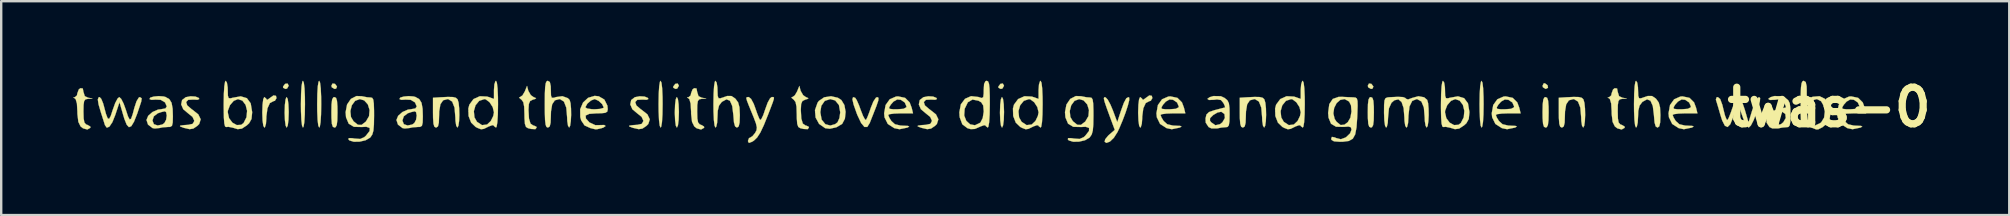
<source format=kicad_pcb>
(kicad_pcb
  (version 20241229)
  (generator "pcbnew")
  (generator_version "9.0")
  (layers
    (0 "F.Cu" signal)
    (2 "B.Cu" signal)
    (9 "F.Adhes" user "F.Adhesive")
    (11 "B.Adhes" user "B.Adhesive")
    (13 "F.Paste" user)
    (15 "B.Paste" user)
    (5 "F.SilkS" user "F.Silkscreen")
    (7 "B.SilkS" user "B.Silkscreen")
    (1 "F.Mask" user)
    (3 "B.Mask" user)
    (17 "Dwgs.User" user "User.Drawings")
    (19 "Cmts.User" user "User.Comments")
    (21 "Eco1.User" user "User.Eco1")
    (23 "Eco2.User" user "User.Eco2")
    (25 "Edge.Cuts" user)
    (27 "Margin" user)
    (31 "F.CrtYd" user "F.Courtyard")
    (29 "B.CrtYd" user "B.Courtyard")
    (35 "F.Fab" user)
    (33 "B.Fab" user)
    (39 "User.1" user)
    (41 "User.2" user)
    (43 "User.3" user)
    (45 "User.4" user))
  (footprint "twas-0"
    (layer "F.Cu")
    (at 73.156 1.418)
    (property "Reference" "twas-0" (at 0 0 0) (layer "F.SilkS") (effects (font (size 1.524 1.524) (thickness 0.3))))
    (attr through_hole)
    (fp_poly (pts (xy -64.177 -0.896) (xy -64.246 -0.779) (xy -64.311 -0.762) (xy -64.41 -0.811) (xy -64.412 -0.863) (xy -64.328 -0.974) (xy -64.226 -0.989) (xy -64.177 -0.896)) (stroke (width 0.01) (type solid)) (fill yes) (layer "F.SilkS"))
    (fp_poly (pts (xy -62.248 -0.974) (xy -62.165 -0.863) (xy -62.202 -0.776) (xy -62.265 -0.762) (xy -62.382 -0.83) (xy -62.399 -0.896) (xy -62.35 -0.989) (xy -62.248 -0.974)) (stroke (width 0.01) (type solid)) (fill yes) (layer "F.SilkS"))
    (fp_poly (pts (xy -47.921 -0.896) (xy -47.99 -0.779) (xy -48.055 -0.762) (xy -48.154 -0.811) (xy -48.156 -0.863) (xy -48.072 -0.974) (xy -47.97 -0.989) (xy -47.921 -0.896)) (stroke (width 0.01) (type solid)) (fill yes) (layer "F.SilkS"))
    (fp_poly (pts (xy -34.375 -0.896) (xy -34.443 -0.779) (xy -34.509 -0.762) (xy -34.607 -0.811) (xy -34.609 -0.863) (xy -34.525 -0.974) (xy -34.424 -0.989) (xy -34.375 -0.896)) (stroke (width 0.01) (type solid)) (fill yes) (layer "F.SilkS"))
    (fp_poly (pts (xy -19.068 -0.974) (xy -18.985 -0.863) (xy -19.022 -0.776) (xy -19.085 -0.762) (xy -19.202 -0.83) (xy -19.219 -0.896) (xy -19.17 -0.989) (xy -19.068 -0.974)) (stroke (width 0.01) (type solid)) (fill yes) (layer "F.SilkS"))
    (fp_poly (pts (xy -11.726 -0.912) (xy -11.711 -0.811) (xy -11.804 -0.762) (xy -11.921 -0.83) (xy -11.938 -0.896) (xy -11.889 -0.995) (xy -11.837 -0.997) (xy -11.726 -0.912)) (stroke (width 0.01) (type solid)) (fill yes) (layer "F.SilkS"))
    (fp_poly (pts (xy -64.219 -0.345) (xy -64.19 -0.131) (xy -64.177 0.182) (xy -64.177 0.212) (xy -64.188 0.532) (xy -64.216 0.755) (xy -64.258 0.846) (xy -64.262 0.847) (xy -64.305 0.768) (xy -64.334 0.555) (xy -64.347 0.241) (xy -64.347 0.212) (xy -64.336 -0.108) (xy -64.308 -0.331) (xy -64.266 -0.423) (xy -64.262 -0.423) (xy -64.219 -0.345)) (stroke (width 0.01) (type solid)) (fill yes) (layer "F.SilkS"))
    (fp_poly (pts (xy -63.547 -1.02) (xy -63.519 -0.79) (xy -63.503 -0.432) (xy -63.5 -0.127) (xy -63.507 0.306) (xy -63.527 0.625) (xy -63.558 0.809) (xy -63.585 0.847) (xy -63.622 0.766) (xy -63.65 0.536) (xy -63.666 0.178) (xy -63.669 -0.127) (xy -63.662 -0.56) (xy -63.642 -0.879) (xy -63.611 -1.063) (xy -63.585 -1.101) (xy -63.547 -1.02)) (stroke (width 0.01) (type solid)) (fill yes) (layer "F.SilkS"))
    (fp_poly (pts (xy -62.87 -1.02) (xy -62.842 -0.79) (xy -62.826 -0.432) (xy -62.823 -0.127) (xy -62.83 0.306) (xy -62.85 0.625) (xy -62.881 0.809) (xy -62.907 0.847) (xy -62.945 0.766) (xy -62.973 0.536) (xy -62.989 0.178) (xy -62.992 -0.127) (xy -62.985 -0.56) (xy -62.965 -0.879) (xy -62.934 -1.063) (xy -62.907 -1.101) (xy -62.87 -1.02)) (stroke (width 0.01) (type solid)) (fill yes) (layer "F.SilkS"))
    (fp_poly (pts (xy -62.205 -0.39) (xy -62.166 -0.27) (xy -62.148 -0.032) (xy -62.145 0.212) (xy -62.152 0.547) (xy -62.176 0.743) (xy -62.224 0.832) (xy -62.272 0.847) (xy -62.339 0.813) (xy -62.379 0.693) (xy -62.396 0.455) (xy -62.399 0.212) (xy -62.393 -0.123) (xy -62.369 -0.32) (xy -62.321 -0.409) (xy -62.272 -0.423) (xy -62.205 -0.39)) (stroke (width 0.01) (type solid)) (fill yes) (layer "F.SilkS"))
    (fp_poly (pts (xy -48.646 -1.02) (xy -48.618 -0.79) (xy -48.602 -0.432) (xy -48.599 -0.127) (xy -48.606 0.306) (xy -48.626 0.625) (xy -48.657 0.809) (xy -48.683 0.847) (xy -48.721 0.766) (xy -48.749 0.536) (xy -48.765 0.178) (xy -48.768 -0.127) (xy -48.761 -0.56) (xy -48.741 -0.879) (xy -48.71 -1.063) (xy -48.683 -1.101) (xy -48.646 -1.02)) (stroke (width 0.01) (type solid)) (fill yes) (layer "F.SilkS"))
    (fp_poly (pts (xy -47.963 -0.345) (xy -47.934 -0.131) (xy -47.921 0.182) (xy -47.921 0.212) (xy -47.932 0.532) (xy -47.96 0.755) (xy -48.002 0.846) (xy -48.006 0.847) (xy -48.049 0.768) (xy -48.078 0.555) (xy -48.091 0.241) (xy -48.091 0.212) (xy -48.08 -0.108) (xy -48.052 -0.331) (xy -48.01 -0.423) (xy -48.006 -0.423) (xy -47.963 -0.345)) (stroke (width 0.01) (type solid)) (fill yes) (layer "F.SilkS"))
    (fp_poly (pts (xy -34.417 -0.345) (xy -34.387 -0.131) (xy -34.375 0.182) (xy -34.375 0.212) (xy -34.385 0.532) (xy -34.414 0.755) (xy -34.455 0.846) (xy -34.459 0.847) (xy -34.502 0.768) (xy -34.532 0.555) (xy -34.544 0.241) (xy -34.544 0.212) (xy -34.533 -0.108) (xy -34.505 -0.331) (xy -34.463 -0.423) (xy -34.459 -0.423) (xy -34.417 -0.345)) (stroke (width 0.01) (type solid)) (fill yes) (layer "F.SilkS"))
    (fp_poly (pts (xy -19.025 -0.39) (xy -18.986 -0.27) (xy -18.968 -0.032) (xy -18.965 0.212) (xy -18.972 0.547) (xy -18.996 0.743) (xy -19.044 0.832) (xy -19.092 0.847) (xy -19.159 0.813) (xy -19.199 0.693) (xy -19.216 0.455) (xy -19.219 0.212) (xy -19.213 -0.123) (xy -19.189 -0.32) (xy -19.141 -0.409) (xy -19.092 -0.423) (xy -19.025 -0.39)) (stroke (width 0.01) (type solid)) (fill yes) (layer "F.SilkS"))
    (fp_poly (pts (xy -14.44 -1.02) (xy -14.413 -0.79) (xy -14.397 -0.432) (xy -14.393 -0.127) (xy -14.4 0.306) (xy -14.42 0.625) (xy -14.452 0.809) (xy -14.478 0.847) (xy -14.516 0.766) (xy -14.543 0.536) (xy -14.559 0.178) (xy -14.563 -0.127) (xy -14.556 -0.56) (xy -14.536 -0.879) (xy -14.504 -1.063) (xy -14.478 -1.101) (xy -14.44 -1.02)) (stroke (width 0.01) (type solid)) (fill yes) (layer "F.SilkS"))
    (fp_poly (pts (xy -11.744 -0.39) (xy -11.705 -0.27) (xy -11.687 -0.032) (xy -11.684 0.212) (xy -11.691 0.547) (xy -11.715 0.743) (xy -11.762 0.832) (xy -11.811 0.847) (xy -11.878 0.813) (xy -11.917 0.693) (xy -11.935 0.455) (xy -11.938 0.212) (xy -11.931 -0.123) (xy -11.907 -0.32) (xy -11.86 -0.409) (xy -11.811 -0.423) (xy -11.744 -0.39)) (stroke (width 0.01) (type solid)) (fill yes) (layer "F.SilkS"))
    (fp_poly (pts (xy -64.709 -0.476) (xy -64.685 -0.381) (xy -64.752 -0.269) (xy -64.809 -0.254) (xy -64.961 -0.175) (xy -65.063 0.046) (xy -65.108 0.388) (xy -65.109 0.46) (xy -65.125 0.689) (xy -65.167 0.828) (xy -65.193 0.847) (xy -65.236 0.768) (xy -65.266 0.555) (xy -65.278 0.241) (xy -65.278 0.212) (xy -65.267 -0.108) (xy -65.239 -0.331) (xy -65.197 -0.423) (xy -65.193 -0.423) (xy -65.112 -0.358) (xy -65.109 -0.333) (xy -65.061 -0.311) (xy -64.976 -0.375) (xy -64.812 -0.493) (xy -64.709 -0.476)) (stroke (width 0.01) (type solid)) (fill yes) (layer "F.SilkS"))
    (fp_poly (pts (xy -28.218 -0.476) (xy -28.194 -0.381) (xy -28.26 -0.269) (xy -28.318 -0.254) (xy -28.47 -0.175) (xy -28.572 0.046) (xy -28.616 0.388) (xy -28.617 0.46) (xy -28.634 0.689) (xy -28.676 0.828) (xy -28.702 0.847) (xy -28.745 0.768) (xy -28.774 0.555) (xy -28.787 0.241) (xy -28.787 0.212) (xy -28.776 -0.108) (xy -28.748 -0.331) (xy -28.706 -0.423) (xy -28.702 -0.423) (xy -28.621 -0.358) (xy -28.617 -0.333) (xy -28.57 -0.311) (xy -28.484 -0.375) (xy -28.321 -0.493) (xy -28.218 -0.476)) (stroke (width 0.01) (type solid)) (fill yes) (layer "F.SilkS"))
    (fp_poly (pts (xy -39.604 -0.392) (xy -39.613 -0.278) (xy -39.691 -0.05) (xy -39.719 0.021) (xy -39.831 0.306) (xy -39.929 0.553) (xy -39.969 0.656) (xy -40.072 0.821) (xy -40.191 0.822) (xy -40.328 0.658) (xy -40.484 0.328) (xy -40.515 0.249) (xy -40.642 -0.112) (xy -40.692 -0.332) (xy -40.664 -0.42) (xy -40.576 -0.394) (xy -40.51 -0.294) (xy -40.417 -0.083) (xy -40.342 0.122) (xy -40.248 0.361) (xy -40.168 0.506) (xy -40.125 0.529) (xy -40.069 0.418) (xy -39.985 0.201) (xy -39.924 0.021) (xy -39.82 -0.237) (xy -39.715 -0.394) (xy -39.661 -0.423) (xy -39.604 -0.392)) (stroke (width 0.01) (type solid)) (fill yes) (layer "F.SilkS"))
    (fp_poly (pts (xy -29.158 -0.399) (xy -29.158 -0.297) (xy -29.213 -0.079) (xy -29.308 0.215) (xy -29.432 0.544) (xy -29.569 0.869) (xy -29.647 1.034) (xy -29.798 1.272) (xy -29.963 1.431) (xy -30.107 1.486) (xy -30.183 1.44) (xy -30.16 1.335) (xy -30.037 1.185) (xy -29.998 1.149) (xy -29.76 0.943) (xy -29.959 0.408) (xy -30.097 0.03) (xy -30.181 -0.216) (xy -30.215 -0.355) (xy -30.205 -0.412) (xy -30.158 -0.414) (xy -30.14 -0.409) (xy -30.053 -0.315) (xy -29.94 -0.108) (xy -29.842 0.125) (xy -29.657 0.622) (xy -29.508 0.163) (xy -29.382 -0.184) (xy -29.279 -0.375) (xy -29.191 -0.421) (xy -29.158 -0.399)) (stroke (width 0.01) (type solid)) (fill yes) (layer "F.SilkS"))
    (fp_poly (pts (xy -72.757 -0.782) (xy -72.729 -0.638) (xy -72.673 -0.462) (xy -72.538 -0.398) (xy -72.348 -0.362) (xy -72.538 -0.35) (xy -72.644 -0.329) (xy -72.701 -0.256) (xy -72.724 -0.091) (xy -72.729 0.177) (xy -72.721 0.469) (xy -72.69 0.634) (xy -72.623 0.713) (xy -72.56 0.737) (xy -72.445 0.802) (xy -72.438 0.856) (xy -72.567 0.928) (xy -72.746 0.879) (xy -72.85 0.798) (xy -72.942 0.61) (xy -72.981 0.278) (xy -72.983 0.17) (xy -73.001 -0.153) (xy -73.054 -0.336) (xy -73.088 -0.367) (xy -73.151 -0.406) (xy -73.088 -0.417) (xy -73.001 -0.493) (xy -72.983 -0.584) (xy -72.924 -0.741) (xy -72.856 -0.793) (xy -72.757 -0.782)) (stroke (width 0.01) (type solid)) (fill yes) (layer "F.SilkS"))
    (fp_poly (pts (xy -47.187 -0.782) (xy -47.159 -0.638) (xy -47.104 -0.462) (xy -46.969 -0.398) (xy -46.778 -0.362) (xy -46.969 -0.35) (xy -47.074 -0.329) (xy -47.131 -0.256) (xy -47.155 -0.091) (xy -47.159 0.177) (xy -47.152 0.469) (xy -47.121 0.634) (xy -47.054 0.713) (xy -46.991 0.737) (xy -46.875 0.802) (xy -46.869 0.856) (xy -46.997 0.928) (xy -47.177 0.879) (xy -47.28 0.798) (xy -47.373 0.61) (xy -47.412 0.278) (xy -47.413 0.17) (xy -47.432 -0.153) (xy -47.485 -0.336) (xy -47.519 -0.367) (xy -47.582 -0.406) (xy -47.519 -0.417) (xy -47.431 -0.493) (xy -47.413 -0.584) (xy -47.354 -0.741) (xy -47.286 -0.793) (xy -47.187 -0.782)) (stroke (width 0.01) (type solid)) (fill yes) (layer "F.SilkS"))
    (fp_poly (pts (xy -8.833 -0.782) (xy -8.805 -0.638) (xy -8.75 -0.462) (xy -8.615 -0.398) (xy -8.424 -0.362) (xy -8.615 -0.35) (xy -8.72 -0.329) (xy -8.777 -0.256) (xy -8.801 -0.091) (xy -8.805 0.177) (xy -8.798 0.469) (xy -8.767 0.634) (xy -8.7 0.713) (xy -8.637 0.737) (xy -8.521 0.802) (xy -8.515 0.856) (xy -8.643 0.928) (xy -8.823 0.879) (xy -8.926 0.798) (xy -9.019 0.61) (xy -9.058 0.278) (xy -9.059 0.17) (xy -9.078 -0.153) (xy -9.131 -0.336) (xy -9.165 -0.367) (xy -9.228 -0.406) (xy -9.165 -0.417) (xy -9.077 -0.493) (xy -9.059 -0.584) (xy -9 -0.741) (xy -8.932 -0.793) (xy -8.833 -0.782)) (stroke (width 0.01) (type solid)) (fill yes) (layer "F.SilkS"))
    (fp_poly (pts (xy -54.194 -0.685) (xy -54.091 -0.505) (xy -53.978 -0.424) (xy -53.869 -0.377) (xy -53.915 -0.342) (xy -54.001 -0.318) (xy -54.118 -0.261) (xy -54.173 -0.135) (xy -54.187 0.108) (xy -54.187 0.112) (xy -54.167 0.471) (xy -54.103 0.682) (xy -53.989 0.761) (xy -53.966 0.762) (xy -53.859 0.811) (xy -53.848 0.847) (xy -53.9 0.913) (xy -54.07 0.905) (xy -54.208 0.873) (xy -54.291 0.821) (xy -54.336 0.695) (xy -54.354 0.457) (xy -54.356 0.294) (xy -54.367 -0.024) (xy -54.405 -0.214) (xy -54.481 -0.317) (xy -54.504 -0.332) (xy -54.582 -0.401) (xy -54.544 -0.421) (xy -54.439 -0.493) (xy -54.342 -0.656) (xy -54.248 -0.889) (xy -54.194 -0.685)) (stroke (width 0.01) (type solid)) (fill yes) (layer "F.SilkS"))
    (fp_poly (pts (xy -42.849 -0.685) (xy -42.746 -0.505) (xy -42.632 -0.424) (xy -42.524 -0.377) (xy -42.57 -0.342) (xy -42.655 -0.318) (xy -42.773 -0.261) (xy -42.828 -0.135) (xy -42.841 0.108) (xy -42.841 0.112) (xy -42.821 0.471) (xy -42.757 0.682) (xy -42.644 0.761) (xy -42.621 0.762) (xy -42.514 0.811) (xy -42.503 0.847) (xy -42.554 0.913) (xy -42.725 0.905) (xy -42.862 0.873) (xy -42.946 0.821) (xy -42.991 0.695) (xy -43.009 0.457) (xy -43.011 0.294) (xy -43.021 -0.024) (xy -43.06 -0.214) (xy -43.136 -0.317) (xy -43.159 -0.332) (xy -43.237 -0.401) (xy -43.199 -0.421) (xy -43.093 -0.493) (xy -42.997 -0.656) (xy -42.902 -0.889) (xy -42.849 -0.685)) (stroke (width 0.01) (type solid)) (fill yes) (layer "F.SilkS"))
    (fp_poly (pts (xy -68.065 -0.445) (xy -67.927 -0.39) (xy -67.903 -0.343) (xy -67.975 -0.311) (xy -68.145 -0.319) (xy -68.363 -0.309) (xy -68.451 -0.217) (xy -68.405 -0.076) (xy -68.219 0.084) (xy -68.201 0.094) (xy -67.944 0.297) (xy -67.844 0.503) (xy -67.906 0.698) (xy -67.986 0.778) (xy -68.15 0.889) (xy -68.307 0.914) (xy -68.531 0.862) (xy -68.58 0.847) (xy -68.706 0.797) (xy -68.696 0.765) (xy -68.537 0.744) (xy -68.368 0.733) (xy -68.179 0.692) (xy -68.115 0.58) (xy -68.114 0.557) (xy -68.186 0.402) (xy -68.365 0.257) (xy -68.368 0.255) (xy -68.572 0.083) (xy -68.658 -0.117) (xy -68.62 -0.3) (xy -68.468 -0.418) (xy -68.267 -0.457) (xy -68.065 -0.445)) (stroke (width 0.01) (type solid)) (fill yes) (layer "F.SilkS"))
    (fp_poly (pts (xy -57.333 -0.425) (xy -57.212 -0.394) (xy -57.145 -0.332) (xy -57.14 -0.326) (xy -57.098 -0.183) (xy -57.075 0.05) (xy -57.068 0.321) (xy -57.079 0.578) (xy -57.106 0.771) (xy -57.15 0.847) (xy -57.15 0.847) (xy -57.198 0.77) (xy -57.229 0.575) (xy -57.235 0.418) (xy -57.268 0.017) (xy -57.367 -0.236) (xy -57.53 -0.337) (xy -57.559 -0.339) (xy -57.744 -0.288) (xy -57.857 -0.123) (xy -57.907 0.176) (xy -57.912 0.356) (xy -57.922 0.645) (xy -57.959 0.798) (xy -58.03 0.846) (xy -58.039 0.847) (xy -58.107 0.813) (xy -58.146 0.691) (xy -58.163 0.45) (xy -58.166 0.226) (xy -58.166 -0.395) (xy -57.891 -0.413) (xy -57.547 -0.43) (xy -57.333 -0.425)) (stroke (width 0.01) (type solid)) (fill yes) (layer "F.SilkS"))
    (fp_poly (pts (xy -49.353 -0.445) (xy -49.216 -0.39) (xy -49.191 -0.343) (xy -49.263 -0.311) (xy -49.433 -0.319) (xy -49.652 -0.309) (xy -49.74 -0.217) (xy -49.693 -0.076) (xy -49.508 0.084) (xy -49.49 0.094) (xy -49.232 0.297) (xy -49.133 0.503) (xy -49.195 0.698) (xy -49.275 0.778) (xy -49.439 0.889) (xy -49.595 0.914) (xy -49.82 0.862) (xy -49.869 0.847) (xy -49.994 0.797) (xy -49.984 0.765) (xy -49.826 0.744) (xy -49.657 0.733) (xy -49.467 0.692) (xy -49.404 0.58) (xy -49.403 0.557) (xy -49.474 0.402) (xy -49.653 0.257) (xy -49.657 0.255) (xy -49.861 0.083) (xy -49.947 -0.117) (xy -49.909 -0.3) (xy -49.756 -0.418) (xy -49.555 -0.457) (xy -49.353 -0.445)) (stroke (width 0.01) (type solid)) (fill yes) (layer "F.SilkS"))
    (fp_poly (pts (xy -37.331 -0.445) (xy -37.193 -0.39) (xy -37.169 -0.343) (xy -37.241 -0.311) (xy -37.411 -0.319) (xy -37.629 -0.309) (xy -37.717 -0.217) (xy -37.671 -0.076) (xy -37.485 0.084) (xy -37.467 0.094) (xy -37.21 0.297) (xy -37.11 0.503) (xy -37.172 0.698) (xy -37.252 0.778) (xy -37.416 0.889) (xy -37.573 0.914) (xy -37.797 0.862) (xy -37.846 0.847) (xy -37.972 0.797) (xy -37.962 0.765) (xy -37.803 0.744) (xy -37.634 0.733) (xy -37.445 0.692) (xy -37.381 0.58) (xy -37.38 0.557) (xy -37.452 0.402) (xy -37.631 0.257) (xy -37.634 0.255) (xy -37.838 0.083) (xy -37.924 -0.117) (xy -37.886 -0.3) (xy -37.734 -0.418) (xy -37.533 -0.457) (xy -37.331 -0.445)) (stroke (width 0.01) (type solid)) (fill yes) (layer "F.SilkS"))
    (fp_poly (pts (xy -23.721 -0.425) (xy -23.599 -0.394) (xy -23.532 -0.332) (xy -23.528 -0.326) (xy -23.486 -0.183) (xy -23.462 0.05) (xy -23.456 0.321) (xy -23.466 0.578) (xy -23.494 0.771) (xy -23.537 0.847) (xy -23.537 0.847) (xy -23.585 0.77) (xy -23.616 0.575) (xy -23.622 0.418) (xy -23.656 0.017) (xy -23.755 -0.236) (xy -23.917 -0.337) (xy -23.947 -0.339) (xy -24.132 -0.288) (xy -24.244 -0.123) (xy -24.294 0.176) (xy -24.299 0.356) (xy -24.31 0.645) (xy -24.346 0.798) (xy -24.417 0.846) (xy -24.426 0.847) (xy -24.494 0.813) (xy -24.533 0.691) (xy -24.551 0.45) (xy -24.553 0.226) (xy -24.553 -0.395) (xy -24.278 -0.413) (xy -23.934 -0.43) (xy -23.721 -0.425)) (stroke (width 0.01) (type solid)) (fill yes) (layer "F.SilkS"))
    (fp_poly (pts (xy -10.428 -0.425) (xy -10.306 -0.394) (xy -10.239 -0.332) (xy -10.235 -0.326) (xy -10.193 -0.183) (xy -10.169 0.05) (xy -10.163 0.321) (xy -10.174 0.578) (xy -10.201 0.771) (xy -10.245 0.847) (xy -10.245 0.847) (xy -10.293 0.77) (xy -10.323 0.575) (xy -10.329 0.418) (xy -10.363 0.017) (xy -10.462 -0.236) (xy -10.625 -0.337) (xy -10.654 -0.339) (xy -10.839 -0.288) (xy -10.952 -0.123) (xy -11.002 0.176) (xy -11.007 0.356) (xy -11.017 0.645) (xy -11.054 0.798) (xy -11.125 0.846) (xy -11.134 0.847) (xy -11.201 0.813) (xy -11.241 0.691) (xy -11.258 0.45) (xy -11.261 0.226) (xy -11.261 -0.395) (xy -10.986 -0.413) (xy -10.642 -0.43) (xy -10.428 -0.425)) (stroke (width 0.01) (type solid)) (fill yes) (layer "F.SilkS"))
    (fp_poly (pts (xy -41.296 -0.394) (xy -41.152 -0.3) (xy -41.025 -0.09) (xy -40.975 0.192) (xy -41.004 0.476) (xy -41.115 0.689) (xy -41.127 0.7) (xy -41.361 0.836) (xy -41.634 0.896) (xy -41.825 0.873) (xy -42.08 0.695) (xy -42.226 0.428) (xy -42.244 0.212) (xy -42.029 0.212) (xy -41.973 0.517) (xy -41.818 0.707) (xy -41.614 0.762) (xy -41.411 0.705) (xy -41.311 0.627) (xy -41.232 0.45) (xy -41.199 0.212) (xy -41.199 0.212) (xy -41.254 -0.094) (xy -41.41 -0.283) (xy -41.614 -0.339) (xy -41.844 -0.265) (xy -41.987 -0.059) (xy -42.029 0.212) (xy -42.244 0.212) (xy -42.251 0.118) (xy -42.145 -0.185) (xy -42.09 -0.262) (xy -41.869 -0.414) (xy -41.582 -0.459) (xy -41.296 -0.394)) (stroke (width 0.01) (type solid)) (fill yes) (layer "F.SilkS"))
    (fp_poly (pts (xy -38.497 -0.391) (xy -38.307 -0.202) (xy -38.223 0.021) (xy -38.166 0.254) (xy -38.683 0.254) (xy -38.954 0.264) (xy -39.141 0.289) (xy -39.201 0.32) (xy -39.157 0.432) (xy -39.069 0.574) (xy -38.919 0.709) (xy -38.685 0.763) (xy -38.582 0.768) (xy -38.377 0.778) (xy -38.326 0.805) (xy -38.396 0.847) (xy -38.73 0.916) (xy -38.947 0.871) (xy -39.218 0.696) (xy -39.354 0.421) (xy -39.37 0.25) (xy -39.327 0.01) (xy -39.163 0.01) (xy -39.144 0.066) (xy -39.008 0.083) (xy -38.83 0.085) (xy -38.566 0.066) (xy -38.449 0.006) (xy -38.439 -0.032) (xy -38.511 -0.199) (xy -38.678 -0.311) (xy -38.827 -0.324) (xy -38.979 -0.236) (xy -39.095 -0.106) (xy -39.163 0.01) (xy -39.327 0.01) (xy -39.308 -0.092) (xy -39.137 -0.332) (xy -38.874 -0.446) (xy -38.786 -0.452) (xy -38.497 -0.391)) (stroke (width 0.01) (type solid)) (fill yes) (layer "F.SilkS"))
    (fp_poly (pts (xy -27.151 -0.391) (xy -26.961 -0.202) (xy -26.878 0.021) (xy -26.821 0.254) (xy -27.338 0.254) (xy -27.609 0.264) (xy -27.796 0.289) (xy -27.855 0.32) (xy -27.811 0.432) (xy -27.724 0.574) (xy -27.573 0.709) (xy -27.339 0.763) (xy -27.237 0.768) (xy -27.032 0.778) (xy -26.98 0.805) (xy -27.051 0.847) (xy -27.385 0.916) (xy -27.601 0.871) (xy -27.873 0.696) (xy -28.008 0.421) (xy -28.025 0.25) (xy -27.981 0.01) (xy -27.818 0.01) (xy -27.799 0.066) (xy -27.663 0.083) (xy -27.485 0.085) (xy -27.221 0.066) (xy -27.104 0.006) (xy -27.093 -0.032) (xy -27.166 -0.199) (xy -27.333 -0.311) (xy -27.481 -0.324) (xy -27.633 -0.236) (xy -27.75 -0.106) (xy -27.818 0.01) (xy -27.981 0.01) (xy -27.963 -0.092) (xy -27.791 -0.332) (xy -27.528 -0.446) (xy -27.441 -0.452) (xy -27.151 -0.391)) (stroke (width 0.01) (type solid)) (fill yes) (layer "F.SilkS"))
    (fp_poly (pts (xy -13.181 -0.391) (xy -12.991 -0.202) (xy -12.908 0.021) (xy -12.851 0.254) (xy -13.368 0.254) (xy -13.639 0.264) (xy -13.826 0.289) (xy -13.885 0.32) (xy -13.841 0.432) (xy -13.754 0.574) (xy -13.603 0.709) (xy -13.369 0.763) (xy -13.267 0.768) (xy -13.062 0.778) (xy -13.01 0.805) (xy -13.081 0.847) (xy -13.415 0.916) (xy -13.631 0.871) (xy -13.903 0.696) (xy -14.038 0.421) (xy -14.055 0.25) (xy -14.011 0.01) (xy -13.848 0.01) (xy -13.829 0.066) (xy -13.693 0.083) (xy -13.515 0.085) (xy -13.251 0.066) (xy -13.134 0.006) (xy -13.123 -0.032) (xy -13.196 -0.199) (xy -13.363 -0.311) (xy -13.511 -0.324) (xy -13.663 -0.236) (xy -13.78 -0.106) (xy -13.848 0.01) (xy -14.011 0.01) (xy -13.993 -0.092) (xy -13.821 -0.332) (xy -13.558 -0.446) (xy -13.471 -0.452) (xy -13.181 -0.391)) (stroke (width 0.01) (type solid)) (fill yes) (layer "F.SilkS"))
    (fp_poly (pts (xy -5.815 -0.391) (xy -5.625 -0.202) (xy -5.542 0.021) (xy -5.485 0.254) (xy -6.002 0.254) (xy -6.273 0.264) (xy -6.46 0.289) (xy -6.519 0.32) (xy -6.475 0.432) (xy -6.388 0.574) (xy -6.237 0.709) (xy -6.003 0.763) (xy -5.901 0.768) (xy -5.696 0.778) (xy -5.644 0.805) (xy -5.715 0.847) (xy -6.049 0.916) (xy -6.265 0.871) (xy -6.537 0.696) (xy -6.672 0.421) (xy -6.689 0.25) (xy -6.645 0.01) (xy -6.482 0.01) (xy -6.463 0.066) (xy -6.327 0.083) (xy -6.149 0.085) (xy -5.885 0.066) (xy -5.768 0.006) (xy -5.757 -0.032) (xy -5.83 -0.199) (xy -5.997 -0.311) (xy -6.145 -0.324) (xy -6.297 -0.236) (xy -6.414 -0.106) (xy -6.482 0.01) (xy -6.645 0.01) (xy -6.627 -0.092) (xy -6.455 -0.332) (xy -6.192 -0.446) (xy -6.105 -0.452) (xy -5.815 -0.391)) (stroke (width 0.01) (type solid)) (fill yes) (layer "F.SilkS"))
    (fp_poly (pts (xy 1.212 -0.391) (xy 1.402 -0.202) (xy 1.485 0.021) (xy 1.542 0.254) (xy 1.025 0.254) (xy 0.755 0.264) (xy 0.567 0.289) (xy 0.508 0.32) (xy 0.552 0.432) (xy 0.64 0.574) (xy 0.79 0.709) (xy 1.024 0.763) (xy 1.127 0.768) (xy 1.332 0.778) (xy 1.383 0.805) (xy 1.312 0.847) (xy 0.978 0.916) (xy 0.762 0.871) (xy 0.49 0.696) (xy 0.355 0.421) (xy 0.339 0.25) (xy 0.382 0.01) (xy 0.545 0.01) (xy 0.564 0.066) (xy 0.701 0.083) (xy 0.879 0.085) (xy 1.142 0.066) (xy 1.26 0.006) (xy 1.27 -0.032) (xy 1.198 -0.199) (xy 1.03 -0.311) (xy 0.882 -0.324) (xy 0.73 -0.236) (xy 0.614 -0.106) (xy 0.545 0.01) (xy 0.382 0.01) (xy 0.4 -0.092) (xy 0.572 -0.332) (xy 0.835 -0.446) (xy 0.922 -0.452) (xy 1.212 -0.391)) (stroke (width 0.01) (type solid)) (fill yes) (layer "F.SilkS"))
    (fp_poly (pts (xy -53.298 -1.051) (xy -53.26 -0.88) (xy -53.255 -0.722) (xy -53.25 -0.491) (xy -53.216 -0.393) (xy -53.129 -0.393) (xy -53.044 -0.423) (xy -52.775 -0.461) (xy -52.548 -0.379) (xy -52.473 -0.303) (xy -52.435 -0.169) (xy -52.415 0.057) (xy -52.411 0.325) (xy -52.424 0.58) (xy -52.452 0.772) (xy -52.493 0.847) (xy -52.541 0.77) (xy -52.572 0.575) (xy -52.578 0.418) (xy -52.612 0.017) (xy -52.711 -0.236) (xy -52.873 -0.337) (xy -52.903 -0.339) (xy -53.088 -0.288) (xy -53.2 -0.123) (xy -53.25 0.176) (xy -53.255 0.356) (xy -53.266 0.645) (xy -53.302 0.798) (xy -53.373 0.846) (xy -53.382 0.847) (xy -53.438 0.821) (xy -53.475 0.725) (xy -53.497 0.533) (xy -53.507 0.22) (xy -53.509 -0.127) (xy -53.506 -0.555) (xy -53.493 -0.839) (xy -53.468 -1.007) (xy -53.428 -1.085) (xy -53.382 -1.101) (xy -53.298 -1.051)) (stroke (width 0.01) (type solid)) (fill yes) (layer "F.SilkS"))
    (fp_poly (pts (xy -43.961 -0.408) (xy -43.965 -0.343) (xy -44.011 -0.2) (xy -44.106 0.051) (xy -44.201 0.298) (xy -44.38 0.743) (xy -44.527 1.054) (xy -44.661 1.261) (xy -44.797 1.392) (xy -44.873 1.439) (xy -45.004 1.487) (xy -45.042 1.419) (xy -45.043 1.4) (xy -44.999 1.285) (xy -44.96 1.27) (xy -44.858 1.206) (xy -44.747 1.072) (xy -44.687 0.96) (xy -44.673 0.842) (xy -44.71 0.676) (xy -44.807 0.417) (xy -44.873 0.256) (xy -45.007 -0.071) (xy -45.085 -0.272) (xy -45.112 -0.377) (xy -45.094 -0.418) (xy -45.038 -0.424) (xy -45.007 -0.423) (xy -44.912 -0.347) (xy -44.803 -0.143) (xy -44.743 0.021) (xy -44.652 0.28) (xy -44.574 0.47) (xy -44.538 0.532) (xy -44.486 0.493) (xy -44.407 0.328) (xy -44.324 0.087) (xy -44.223 -0.191) (xy -44.122 -0.373) (xy -44.056 -0.423) (xy -43.993 -0.424) (xy -43.961 -0.408)) (stroke (width 0.01) (type solid)) (fill yes) (layer "F.SilkS"))
    (fp_poly (pts (xy -46.347 -1.025) (xy -46.317 -0.833) (xy -46.313 -0.711) (xy -46.304 -0.475) (xy -46.269 -0.374) (xy -46.191 -0.372) (xy -46.164 -0.382) (xy -45.905 -0.47) (xy -45.73 -0.467) (xy -45.582 -0.369) (xy -45.558 -0.346) (xy -45.452 -0.199) (xy -45.397 0.004) (xy -45.381 0.318) (xy -45.381 0.339) (xy -45.392 0.636) (xy -45.428 0.795) (xy -45.497 0.846) (xy -45.504 0.847) (xy -45.579 0.798) (xy -45.626 0.633) (xy -45.652 0.327) (xy -45.652 0.326) (xy -45.699 -0.052) (xy -45.795 -0.271) (xy -45.938 -0.33) (xy -46.126 -0.227) (xy -46.138 -0.216) (xy -46.25 -0.067) (xy -46.303 0.151) (xy -46.313 0.394) (xy -46.327 0.645) (xy -46.364 0.809) (xy -46.397 0.847) (xy -46.435 0.766) (xy -46.463 0.536) (xy -46.479 0.178) (xy -46.482 -0.127) (xy -46.475 -0.56) (xy -46.455 -0.879) (xy -46.424 -1.063) (xy -46.397 -1.101) (xy -46.347 -1.025)) (stroke (width 0.01) (type solid)) (fill yes) (layer "F.SilkS"))
    (fp_poly (pts (xy -7.993 -1.025) (xy -7.963 -0.833) (xy -7.959 -0.711) (xy -7.95 -0.475) (xy -7.915 -0.374) (xy -7.837 -0.372) (xy -7.811 -0.382) (xy -7.551 -0.47) (xy -7.376 -0.467) (xy -7.228 -0.369) (xy -7.204 -0.346) (xy -7.098 -0.199) (xy -7.043 0.004) (xy -7.027 0.318) (xy -7.027 0.339) (xy -7.038 0.636) (xy -7.074 0.795) (xy -7.143 0.846) (xy -7.15 0.847) (xy -7.225 0.798) (xy -7.272 0.633) (xy -7.298 0.327) (xy -7.298 0.326) (xy -7.345 -0.052) (xy -7.441 -0.271) (xy -7.584 -0.33) (xy -7.772 -0.227) (xy -7.784 -0.216) (xy -7.896 -0.067) (xy -7.949 0.151) (xy -7.959 0.394) (xy -7.973 0.645) (xy -8.01 0.809) (xy -8.043 0.847) (xy -8.081 0.766) (xy -8.109 0.536) (xy -8.125 0.178) (xy -8.128 -0.127) (xy -8.121 -0.56) (xy -8.101 -0.879) (xy -8.07 -1.063) (xy -8.043 -1.101) (xy -7.993 -1.025)) (stroke (width 0.01) (type solid)) (fill yes) (layer "F.SilkS"))
    (fp_poly (pts (xy -69.397 -0.45) (xy -69.311 -0.428) (xy -69.152 -0.337) (xy -69.058 -0.186) (xy -69.013 0.061) (xy -69.003 0.379) (xy -69.01 0.64) (xy -69.041 0.773) (xy -69.115 0.819) (xy -69.194 0.821) (xy -69.431 0.838) (xy -69.554 0.865) (xy -69.754 0.886) (xy -69.85 0.869) (xy -70.04 0.722) (xy -70.095 0.553) (xy -69.855 0.553) (xy -69.794 0.706) (xy -69.638 0.76) (xy -69.446 0.72) (xy -69.359 0.66) (xy -69.285 0.522) (xy -69.259 0.347) (xy -69.284 0.208) (xy -69.336 0.169) (xy -69.469 0.197) (xy -69.633 0.252) (xy -69.796 0.378) (xy -69.855 0.553) (xy -70.095 0.553) (xy -70.103 0.529) (xy -70.031 0.356) (xy -69.851 0.198) (xy -69.622 0.098) (xy -69.511 0.085) (xy -69.316 0.05) (xy -69.257 -0.032) (xy -69.331 -0.203) (xy -69.513 -0.309) (xy -69.725 -0.318) (xy -69.899 -0.308) (xy -69.978 -0.34) (xy -69.945 -0.401) (xy -69.799 -0.445) (xy -69.598 -0.464) (xy -69.397 -0.45)) (stroke (width 0.01) (type solid)) (fill yes) (layer "F.SilkS"))
    (fp_poly (pts (xy -58.983 -0.45) (xy -58.897 -0.428) (xy -58.738 -0.337) (xy -58.644 -0.186) (xy -58.599 0.061) (xy -58.589 0.379) (xy -58.596 0.64) (xy -58.627 0.773) (xy -58.701 0.819) (xy -58.78 0.821) (xy -59.017 0.838) (xy -59.14 0.865) (xy -59.34 0.886) (xy -59.436 0.869) (xy -59.626 0.722) (xy -59.681 0.553) (xy -59.441 0.553) (xy -59.38 0.706) (xy -59.224 0.76) (xy -59.032 0.72) (xy -58.945 0.66) (xy -58.871 0.522) (xy -58.845 0.347) (xy -58.87 0.208) (xy -58.922 0.169) (xy -59.055 0.197) (xy -59.219 0.252) (xy -59.382 0.378) (xy -59.441 0.553) (xy -59.681 0.553) (xy -59.689 0.529) (xy -59.617 0.356) (xy -59.437 0.198) (xy -59.208 0.098) (xy -59.097 0.085) (xy -58.902 0.05) (xy -58.843 -0.032) (xy -58.917 -0.203) (xy -59.099 -0.309) (xy -59.311 -0.318) (xy -59.485 -0.308) (xy -59.564 -0.34) (xy -59.531 -0.401) (xy -59.385 -0.445) (xy -59.184 -0.464) (xy -58.983 -0.45)) (stroke (width 0.01) (type solid)) (fill yes) (layer "F.SilkS"))
    (fp_poly (pts (xy -70.302 -0.372) (xy -70.322 -0.233) (xy -70.488 0.265) (xy -70.623 0.604) (xy -70.736 0.79) (xy -70.834 0.83) (xy -70.927 0.729) (xy -71.022 0.493) (xy -71.074 0.321) (xy -71.227 -0.212) (xy -71.402 0.318) (xy -71.525 0.625) (xy -71.648 0.808) (xy -71.755 0.853) (xy -71.833 0.747) (xy -71.835 0.741) (xy -71.878 0.603) (xy -71.953 0.369) (xy -72.002 0.218) (xy -72.1 -0.118) (xy -72.131 -0.321) (xy -72.097 -0.412) (xy -72.055 -0.423) (xy -71.987 -0.349) (xy -71.91 -0.163) (xy -71.882 -0.064) (xy -71.791 0.278) (xy -71.721 0.459) (xy -71.66 0.486) (xy -71.593 0.366) (xy -71.507 0.103) (xy -71.504 0.096) (xy -71.406 -0.176) (xy -71.307 -0.363) (xy -71.237 -0.423) (xy -71.156 -0.348) (xy -71.056 -0.151) (xy -70.966 0.097) (xy -70.874 0.379) (xy -70.806 0.508) (xy -70.746 0.481) (xy -70.679 0.295) (xy -70.607 0.021) (xy -70.518 -0.249) (xy -70.424 -0.402) (xy -70.379 -0.423) (xy -70.302 -0.372)) (stroke (width 0.01) (type solid)) (fill yes) (layer "F.SilkS"))
    (fp_poly (pts (xy -66.752 -1.025) (xy -66.721 -0.833) (xy -66.717 -0.714) (xy -66.711 -0.48) (xy -66.677 -0.379) (xy -66.593 -0.372) (xy -66.527 -0.392) (xy -66.177 -0.455) (xy -65.92 -0.378) (xy -65.761 -0.162) (xy -65.702 0.19) (xy -65.701 0.222) (xy -65.727 0.488) (xy -65.826 0.666) (xy -65.924 0.756) (xy -66.128 0.89) (xy -66.303 0.914) (xy -66.506 0.852) (xy -66.691 0.815) (xy -66.781 0.825) (xy -66.828 0.802) (xy -66.86 0.678) (xy -66.879 0.432) (xy -66.883 0.212) (xy -66.717 0.212) (xy -66.662 0.456) (xy -66.523 0.642) (xy -66.34 0.743) (xy -66.156 0.732) (xy -66.057 0.656) (xy -65.936 0.416) (xy -65.911 0.149) (xy -65.973 -0.098) (xy -66.109 -0.276) (xy -66.291 -0.339) (xy -66.47 -0.265) (xy -66.626 -0.084) (xy -66.712 0.145) (xy -66.717 0.212) (xy -66.883 0.212) (xy -66.886 0.044) (xy -66.887 -0.118) (xy -66.88 -0.554) (xy -66.86 -0.875) (xy -66.829 -1.061) (xy -66.802 -1.101) (xy -66.752 -1.025)) (stroke (width 0.01) (type solid)) (fill yes) (layer "F.SilkS"))
    (fp_poly (pts (xy -51.259 -0.456) (xy -51.025 -0.318) (xy -50.9 -0.067) (xy -50.885 0.079) (xy -50.903 0.18) (xy -50.987 0.233) (xy -51.175 0.252) (xy -51.35 0.254) (xy -51.658 0.276) (xy -51.805 0.345) (xy -51.796 0.467) (xy -51.65 0.632) (xy -51.402 0.747) (xy -51.227 0.744) (xy -51.032 0.739) (xy -50.974 0.782) (xy -51.068 0.848) (xy -51.16 0.878) (xy -51.325 0.915) (xy -51.393 0.92) (xy -51.501 0.895) (xy -51.604 0.87) (xy -51.851 0.759) (xy -51.991 0.55) (xy -52.03 0.412) (xy -52.034 0.083) (xy -52.001 0.006) (xy -51.816 0.006) (xy -51.74 0.053) (xy -51.549 0.081) (xy -51.435 0.085) (xy -51.208 0.069) (xy -51.071 0.03) (xy -51.054 0.006) (xy -51.119 -0.131) (xy -51.266 -0.267) (xy -51.421 -0.338) (xy -51.435 -0.339) (xy -51.586 -0.279) (xy -51.737 -0.147) (xy -51.815 -0.007) (xy -51.816 0.006) (xy -52.001 0.006) (xy -51.915 -0.196) (xy -51.704 -0.393) (xy -51.429 -0.474) (xy -51.259 -0.456)) (stroke (width 0.01) (type solid)) (fill yes) (layer "F.SilkS"))
    (fp_poly (pts (xy -16.036 -1.025) (xy -16.006 -0.833) (xy -16.002 -0.714) (xy -15.996 -0.48) (xy -15.962 -0.379) (xy -15.878 -0.372) (xy -15.812 -0.392) (xy -15.462 -0.455) (xy -15.205 -0.378) (xy -15.045 -0.162) (xy -14.986 0.19) (xy -14.986 0.222) (xy -15.012 0.488) (xy -15.11 0.666) (xy -15.209 0.756) (xy -15.413 0.89) (xy -15.587 0.914) (xy -15.79 0.852) (xy -15.975 0.815) (xy -16.066 0.825) (xy -16.113 0.802) (xy -16.145 0.678) (xy -16.163 0.432) (xy -16.168 0.212) (xy -16.002 0.212) (xy -15.947 0.456) (xy -15.807 0.642) (xy -15.625 0.743) (xy -15.44 0.732) (xy -15.342 0.656) (xy -15.22 0.416) (xy -15.196 0.149) (xy -15.257 -0.098) (xy -15.393 -0.276) (xy -15.576 -0.339) (xy -15.754 -0.265) (xy -15.91 -0.084) (xy -15.997 0.145) (xy -16.002 0.212) (xy -16.168 0.212) (xy -16.171 0.044) (xy -16.171 -0.118) (xy -16.164 -0.554) (xy -16.145 -0.875) (xy -16.114 -1.061) (xy -16.087 -1.101) (xy -16.036 -1.025)) (stroke (width 0.01) (type solid)) (fill yes) (layer "F.SilkS"))
    (fp_poly (pts (xy -0.974 -1.05) (xy -0.936 -0.879) (xy -0.931 -0.724) (xy -0.931 -0.347) (xy -0.676 -0.437) (xy -0.398 -0.46) (xy -0.167 -0.348) (xy -0.004 -0.133) (xy 0.067 0.154) (xy 0.025 0.481) (xy 0.007 0.532) (xy -0.102 0.688) (xy -0.275 0.833) (xy -0.449 0.921) (xy -0.535 0.926) (xy -0.615 0.894) (xy -0.741 0.844) (xy -0.941 0.802) (xy -1.058 0.816) (xy -1.113 0.815) (xy -1.15 0.746) (xy -1.172 0.583) (xy -1.183 0.301) (xy -1.183 0.198) (xy -0.931 0.198) (xy -0.888 0.519) (xy -0.768 0.712) (xy -0.589 0.763) (xy -0.37 0.661) (xy -0.324 0.622) (xy -0.207 0.43) (xy -0.178 0.185) (xy -0.224 -0.06) (xy -0.335 -0.252) (xy -0.501 -0.338) (xy -0.52 -0.339) (xy -0.757 -0.269) (xy -0.895 -0.065) (xy -0.931 0.198) (xy -1.183 0.198) (xy -1.185 -0.118) (xy -1.182 -0.548) (xy -1.17 -0.835) (xy -1.145 -1.005) (xy -1.105 -1.084) (xy -1.058 -1.101) (xy -0.974 -1.05)) (stroke (width 0.01) (type solid)) (fill yes) (layer "F.SilkS"))
    (fp_poly (pts (xy -55.504 -1.02) (xy -55.476 -0.79) (xy -55.46 -0.432) (xy -55.457 -0.127) (xy -55.464 0.306) (xy -55.484 0.625) (xy -55.515 0.809) (xy -55.541 0.847) (xy -55.624 0.786) (xy -55.626 0.767) (xy -55.69 0.746) (xy -55.844 0.801) (xy -55.859 0.809) (xy -56.044 0.9) (xy -56.163 0.918) (xy -56.303 0.865) (xy -56.388 0.822) (xy -56.576 0.642) (xy -56.684 0.365) (xy -56.69 0.165) (xy -56.464 0.165) (xy -56.438 0.423) (xy -56.333 0.607) (xy -56.123 0.745) (xy -55.912 0.719) (xy -55.758 0.574) (xy -55.656 0.366) (xy -55.626 0.212) (xy -55.679 -0.007) (xy -55.808 -0.207) (xy -55.967 -0.327) (xy -56.026 -0.339) (xy -56.242 -0.266) (xy -56.394 -0.081) (xy -56.464 0.165) (xy -56.69 0.165) (xy -56.694 0.055) (xy -56.651 -0.107) (xy -56.479 -0.34) (xy -56.214 -0.459) (xy -55.906 -0.444) (xy -55.866 -0.431) (xy -55.626 -0.347) (xy -55.626 -0.724) (xy -55.609 -0.95) (xy -55.566 -1.084) (xy -55.541 -1.101) (xy -55.504 -1.02)) (stroke (width 0.01) (type solid)) (fill yes) (layer "F.SilkS"))
    (fp_poly (pts (xy -32.813 -1.02) (xy -32.785 -0.79) (xy -32.769 -0.432) (xy -32.766 -0.127) (xy -32.773 0.306) (xy -32.793 0.625) (xy -32.824 0.809) (xy -32.851 0.847) (xy -32.933 0.786) (xy -32.935 0.767) (xy -32.999 0.746) (xy -33.154 0.801) (xy -33.168 0.809) (xy -33.353 0.9) (xy -33.472 0.918) (xy -33.612 0.865) (xy -33.697 0.822) (xy -33.885 0.642) (xy -33.993 0.365) (xy -33.999 0.165) (xy -33.774 0.165) (xy -33.747 0.423) (xy -33.642 0.607) (xy -33.432 0.745) (xy -33.222 0.719) (xy -33.067 0.574) (xy -32.966 0.366) (xy -32.935 0.212) (xy -32.988 -0.007) (xy -33.117 -0.207) (xy -33.276 -0.327) (xy -33.336 -0.339) (xy -33.552 -0.266) (xy -33.703 -0.081) (xy -33.774 0.165) (xy -33.999 0.165) (xy -34.003 0.055) (xy -33.961 -0.107) (xy -33.788 -0.34) (xy -33.524 -0.459) (xy -33.215 -0.444) (xy -33.175 -0.431) (xy -32.935 -0.347) (xy -32.935 -0.724) (xy -32.918 -0.95) (xy -32.875 -1.084) (xy -32.851 -1.101) (xy -32.813 -1.02)) (stroke (width 0.01) (type solid)) (fill yes) (layer "F.SilkS"))
    (fp_poly (pts (xy -25.34 -0.46) (xy -25.185 -0.387) (xy -25.07 -0.292) (xy -25.007 -0.168) (xy -24.981 0.036) (xy -24.977 0.293) (xy -24.983 0.591) (xy -25.009 0.755) (xy -25.064 0.822) (xy -25.125 0.83) (xy -25.322 0.847) (xy -25.485 0.881) (xy -25.736 0.881) (xy -25.852 0.825) (xy -25.972 0.641) (xy -25.975 0.556) (xy -25.795 0.556) (xy -25.747 0.625) (xy -25.568 0.75) (xy -25.376 0.707) (xy -25.275 0.625) (xy -25.173 0.448) (xy -25.191 0.282) (xy -25.321 0.189) (xy -25.324 0.188) (xy -25.481 0.219) (xy -25.659 0.325) (xy -25.79 0.454) (xy -25.795 0.556) (xy -25.975 0.556) (xy -25.979 0.461) (xy -25.939 0.3) (xy -25.834 0.201) (xy -25.617 0.125) (xy -25.569 0.113) (xy -25.339 0.053) (xy -25.19 0.014) (xy -25.164 0.007) (xy -25.18 -0.062) (xy -25.236 -0.179) (xy -25.338 -0.3) (xy -25.5 -0.326) (xy -25.62 -0.311) (xy -25.836 -0.302) (xy -25.902 -0.348) (xy -25.809 -0.418) (xy -25.651 -0.466) (xy -25.34 -0.46)) (stroke (width 0.01) (type solid)) (fill yes) (layer "F.SilkS"))
    (fp_poly (pts (xy -21.891 -1.02) (xy -21.863 -0.79) (xy -21.847 -0.432) (xy -21.844 -0.127) (xy -21.851 0.306) (xy -21.871 0.625) (xy -21.902 0.809) (xy -21.929 0.847) (xy -22.011 0.786) (xy -22.013 0.767) (xy -22.077 0.746) (xy -22.232 0.801) (xy -22.246 0.809) (xy -22.431 0.9) (xy -22.55 0.918) (xy -22.69 0.865) (xy -22.775 0.822) (xy -22.963 0.642) (xy -23.071 0.365) (xy -23.077 0.165) (xy -22.852 0.165) (xy -22.825 0.423) (xy -22.72 0.607) (xy -22.51 0.745) (xy -22.3 0.719) (xy -22.145 0.574) (xy -22.044 0.366) (xy -22.013 0.212) (xy -22.066 -0.007) (xy -22.195 -0.207) (xy -22.354 -0.327) (xy -22.414 -0.339) (xy -22.63 -0.266) (xy -22.781 -0.081) (xy -22.852 0.165) (xy -23.077 0.165) (xy -23.081 0.055) (xy -23.039 -0.107) (xy -22.866 -0.34) (xy -22.602 -0.459) (xy -22.293 -0.444) (xy -22.253 -0.431) (xy -22.013 -0.347) (xy -22.013 -0.724) (xy -21.996 -0.95) (xy -21.953 -1.084) (xy -21.929 -1.101) (xy -21.891 -1.02)) (stroke (width 0.01) (type solid)) (fill yes) (layer "F.SilkS"))
    (fp_poly (pts (xy -1.972 -0.46) (xy -1.817 -0.387) (xy -1.702 -0.292) (xy -1.639 -0.168) (xy -1.613 0.036) (xy -1.609 0.293) (xy -1.615 0.591) (xy -1.641 0.755) (xy -1.696 0.822) (xy -1.757 0.83) (xy -1.954 0.847) (xy -2.117 0.881) (xy -2.368 0.881) (xy -2.484 0.825) (xy -2.604 0.641) (xy -2.607 0.556) (xy -2.427 0.556) (xy -2.379 0.625) (xy -2.2 0.75) (xy -2.008 0.707) (xy -1.907 0.625) (xy -1.805 0.448) (xy -1.823 0.282) (xy -1.953 0.189) (xy -1.956 0.188) (xy -2.113 0.219) (xy -2.291 0.325) (xy -2.422 0.454) (xy -2.427 0.556) (xy -2.607 0.556) (xy -2.611 0.461) (xy -2.571 0.3) (xy -2.466 0.201) (xy -2.249 0.125) (xy -2.201 0.113) (xy -1.971 0.053) (xy -1.822 0.014) (xy -1.796 0.007) (xy -1.812 -0.062) (xy -1.868 -0.179) (xy -1.97 -0.3) (xy -2.132 -0.326) (xy -2.252 -0.311) (xy -2.468 -0.302) (xy -2.534 -0.348) (xy -2.441 -0.418) (xy -2.283 -0.466) (xy -1.972 -0.46)) (stroke (width 0.01) (type solid)) (fill yes) (layer "F.SilkS"))
    (fp_poly (pts (xy -2.873 -0.383) (xy -2.883 -0.247) (xy -2.953 0.008) (xy -3.019 0.212) (xy -3.143 0.539) (xy -3.257 0.76) (xy -3.345 0.846) (xy -3.349 0.847) (xy -3.437 0.769) (xy -3.543 0.56) (xy -3.63 0.318) (xy -3.718 0.071) (xy -3.792 -0.074) (xy -3.837 -0.087) (xy -3.838 -0.085) (xy -3.889 0.07) (xy -3.966 0.312) (xy -4.001 0.423) (xy -4.115 0.708) (xy -4.229 0.824) (xy -4.342 0.77) (xy -4.455 0.548) (xy -4.526 0.326) (xy -4.61 0.034) (xy -4.68 -0.199) (xy -4.717 -0.313) (xy -4.69 -0.409) (xy -4.635 -0.423) (xy -4.538 -0.343) (xy -4.447 -0.1) (xy -4.402 0.089) (xy -4.337 0.343) (xy -4.274 0.503) (xy -4.231 0.534) (xy -4.172 0.42) (xy -4.087 0.201) (xy -4.025 0.021) (xy -3.928 -0.224) (xy -3.829 -0.385) (xy -3.772 -0.423) (xy -3.693 -0.348) (xy -3.597 -0.149) (xy -3.51 0.106) (xy -3.358 0.635) (xy -3.196 0.106) (xy -3.091 -0.18) (xy -2.99 -0.368) (xy -2.919 -0.423) (xy -2.873 -0.383)) (stroke (width 0.01) (type solid)) (fill yes) (layer "F.SilkS"))
    (fp_poly (pts (xy -35.039 -1.075) (xy -35.001 -0.979) (xy -34.979 -0.787) (xy -34.969 -0.474) (xy -34.967 -0.127) (xy -34.974 0.306) (xy -34.994 0.625) (xy -35.026 0.809) (xy -35.052 0.847) (xy -35.134 0.786) (xy -35.137 0.767) (xy -35.2 0.746) (xy -35.355 0.801) (xy -35.37 0.809) (xy -35.588 0.904) (xy -35.759 0.912) (xy -35.899 0.873) (xy -36.113 0.711) (xy -36.222 0.418) (xy -36.228 0.344) (xy -36.034 0.344) (xy -35.947 0.567) (xy -35.787 0.712) (xy -35.587 0.75) (xy -35.381 0.653) (xy -35.354 0.629) (xy -35.263 0.451) (xy -35.222 0.192) (xy -35.221 0.161) (xy -35.242 -0.073) (xy -35.326 -0.206) (xy -35.44 -0.272) (xy -35.689 -0.32) (xy -35.881 -0.208) (xy -36.013 0.062) (xy -36.015 0.07) (xy -36.034 0.344) (xy -36.228 0.344) (xy -36.237 0.209) (xy -36.173 -0.121) (xy -36 -0.352) (xy -35.748 -0.462) (xy -35.446 -0.428) (xy -35.432 -0.423) (xy -35.303 -0.384) (xy -35.241 -0.421) (xy -35.223 -0.57) (xy -35.221 -0.722) (xy -35.205 -0.972) (xy -35.147 -1.086) (xy -35.094 -1.101) (xy -35.039 -1.075)) (stroke (width 0.01) (type solid)) (fill yes) (layer "F.SilkS"))
    (fp_poly (pts (xy -16.872 -0.415) (xy -16.744 -0.306) (xy -16.706 -0.17) (xy -16.686 0.058) (xy -16.682 0.326) (xy -16.695 0.581) (xy -16.723 0.773) (xy -16.764 0.847) (xy -16.812 0.77) (xy -16.843 0.575) (xy -16.849 0.418) (xy -16.883 0.012) (xy -16.986 -0.239) (xy -17.158 -0.337) (xy -17.187 -0.339) (xy -17.369 -0.262) (xy -17.482 -0.032) (xy -17.525 0.353) (xy -17.526 0.418) (xy -17.541 0.661) (xy -17.58 0.816) (xy -17.611 0.847) (xy -17.659 0.77) (xy -17.689 0.575) (xy -17.695 0.418) (xy -17.726 0.034) (xy -17.812 -0.218) (xy -17.944 -0.329) (xy -18.113 -0.289) (xy -18.233 -0.184) (xy -18.338 0.047) (xy -18.373 0.409) (xy -18.387 0.655) (xy -18.425 0.814) (xy -18.457 0.847) (xy -18.5 0.768) (xy -18.53 0.556) (xy -18.542 0.245) (xy -18.542 0.222) (xy -18.54 -0.098) (xy -18.523 -0.285) (xy -18.48 -0.377) (xy -18.396 -0.41) (xy -18.309 -0.418) (xy -17.96 -0.434) (xy -17.75 -0.423) (xy -17.648 -0.383) (xy -17.63 -0.354) (xy -17.542 -0.324) (xy -17.373 -0.387) (xy -17.111 -0.459) (xy -16.872 -0.415)) (stroke (width 0.01) (type solid)) (fill yes) (layer "F.SilkS"))
    (fp_poly (pts (xy -61.133 -0.459) (xy -60.91 -0.415) (xy -60.77 -0.406) (xy -60.698 -0.391) (xy -60.654 -0.317) (xy -60.631 -0.152) (xy -60.622 0.134) (xy -60.621 0.344) (xy -60.627 0.722) (xy -60.648 0.972) (xy -60.693 1.133) (xy -60.768 1.246) (xy -60.791 1.27) (xy -60.973 1.376) (xy -61.219 1.433) (xy -61.465 1.438) (xy -61.647 1.383) (xy -61.687 1.343) (xy -61.678 1.286) (xy -61.531 1.289) (xy -61.441 1.304) (xy -61.2 1.322) (xy -61.03 1.248) (xy -60.963 1.189) (xy -60.807 0.99) (xy -60.803 0.864) (xy -60.95 0.813) (xy -61.131 0.824) (xy -61.462 0.816) (xy -61.679 0.684) (xy -61.789 0.422) (xy -61.807 0.205) (xy -61.798 0.16) (xy -61.609 0.16) (xy -61.583 0.407) (xy -61.477 0.584) (xy -61.294 0.731) (xy -61.144 0.736) (xy -60.968 0.601) (xy -60.96 0.593) (xy -60.83 0.371) (xy -60.808 0.117) (xy -60.881 -0.118) (xy -61.034 -0.286) (xy -61.217 -0.339) (xy -61.411 -0.266) (xy -61.547 -0.082) (xy -61.609 0.16) (xy -61.798 0.16) (xy -61.746 -0.114) (xy -61.586 -0.348) (xy -61.354 -0.467) (xy -61.133 -0.459)) (stroke (width 0.01) (type solid)) (fill yes) (layer "F.SilkS"))
    (fp_poly (pts (xy -31.161 -0.459) (xy -30.938 -0.415) (xy -30.797 -0.406) (xy -30.726 -0.391) (xy -30.682 -0.317) (xy -30.659 -0.152) (xy -30.65 0.134) (xy -30.649 0.344) (xy -30.655 0.722) (xy -30.676 0.972) (xy -30.721 1.133) (xy -30.796 1.246) (xy -30.819 1.27) (xy -31.001 1.376) (xy -31.247 1.433) (xy -31.493 1.438) (xy -31.675 1.383) (xy -31.715 1.343) (xy -31.706 1.286) (xy -31.559 1.289) (xy -31.469 1.304) (xy -31.228 1.322) (xy -31.058 1.248) (xy -30.991 1.189) (xy -30.835 0.99) (xy -30.831 0.864) (xy -30.978 0.813) (xy -31.159 0.824) (xy -31.49 0.816) (xy -31.707 0.684) (xy -31.817 0.422) (xy -31.835 0.205) (xy -31.826 0.16) (xy -31.637 0.16) (xy -31.611 0.407) (xy -31.505 0.584) (xy -31.322 0.731) (xy -31.172 0.736) (xy -30.996 0.601) (xy -30.988 0.593) (xy -30.858 0.371) (xy -30.836 0.117) (xy -30.909 -0.118) (xy -31.062 -0.286) (xy -31.245 -0.339) (xy -31.439 -0.266) (xy -31.575 -0.082) (xy -31.637 0.16) (xy -31.826 0.16) (xy -31.774 -0.114) (xy -31.614 -0.348) (xy -31.382 -0.467) (xy -31.161 -0.459)) (stroke (width 0.01) (type solid)) (fill yes) (layer "F.SilkS"))
    (fp_poly (pts (xy -20.038 -0.42) (xy -19.823 -0.412) (xy -19.731 -0.403) (xy -19.674 -0.363) (xy -19.647 -0.259) (xy -19.642 -0.059) (xy -19.653 0.269) (xy -19.658 0.399) (xy -19.688 0.837) (xy -19.744 1.132) (xy -19.844 1.312) (xy -20.009 1.405) (xy -20.256 1.437) (xy -20.379 1.439) (xy -20.625 1.421) (xy -20.733 1.359) (xy -20.743 1.314) (xy -20.715 1.235) (xy -20.603 1.255) (xy -20.535 1.284) (xy -20.342 1.333) (xy -20.156 1.265) (xy -20.112 1.238) (xy -19.957 1.088) (xy -19.897 0.937) (xy -19.922 0.835) (xy -20.03 0.804) (xy -20.214 0.819) (xy -20.541 0.812) (xy -20.751 0.687) (xy -20.855 0.433) (xy -20.868 0.257) (xy -20.654 0.257) (xy -20.599 0.488) (xy -20.519 0.607) (xy -20.35 0.742) (xy -20.191 0.726) (xy -20.052 0.622) (xy -19.944 0.436) (xy -19.898 0.177) (xy -19.919 -0.078) (xy -19.998 -0.237) (xy -20.183 -0.34) (xy -20.363 -0.307) (xy -20.515 -0.175) (xy -20.619 0.025) (xy -20.654 0.257) (xy -20.868 0.257) (xy -20.87 0.222) (xy -20.823 -0.13) (xy -20.678 -0.346) (xy -20.429 -0.433) (xy -20.303 -0.434) (xy -20.038 -0.42)) (stroke (width 0.01) (type solid)) (fill yes) (layer "F.SilkS")))
  (gr_rect
    (start -3 -3)
    (end 80.663 5.91)
    (stroke (width 0.1) (type default))
    (fill no)
    (layer "Edge.Cuts")))
</source>
